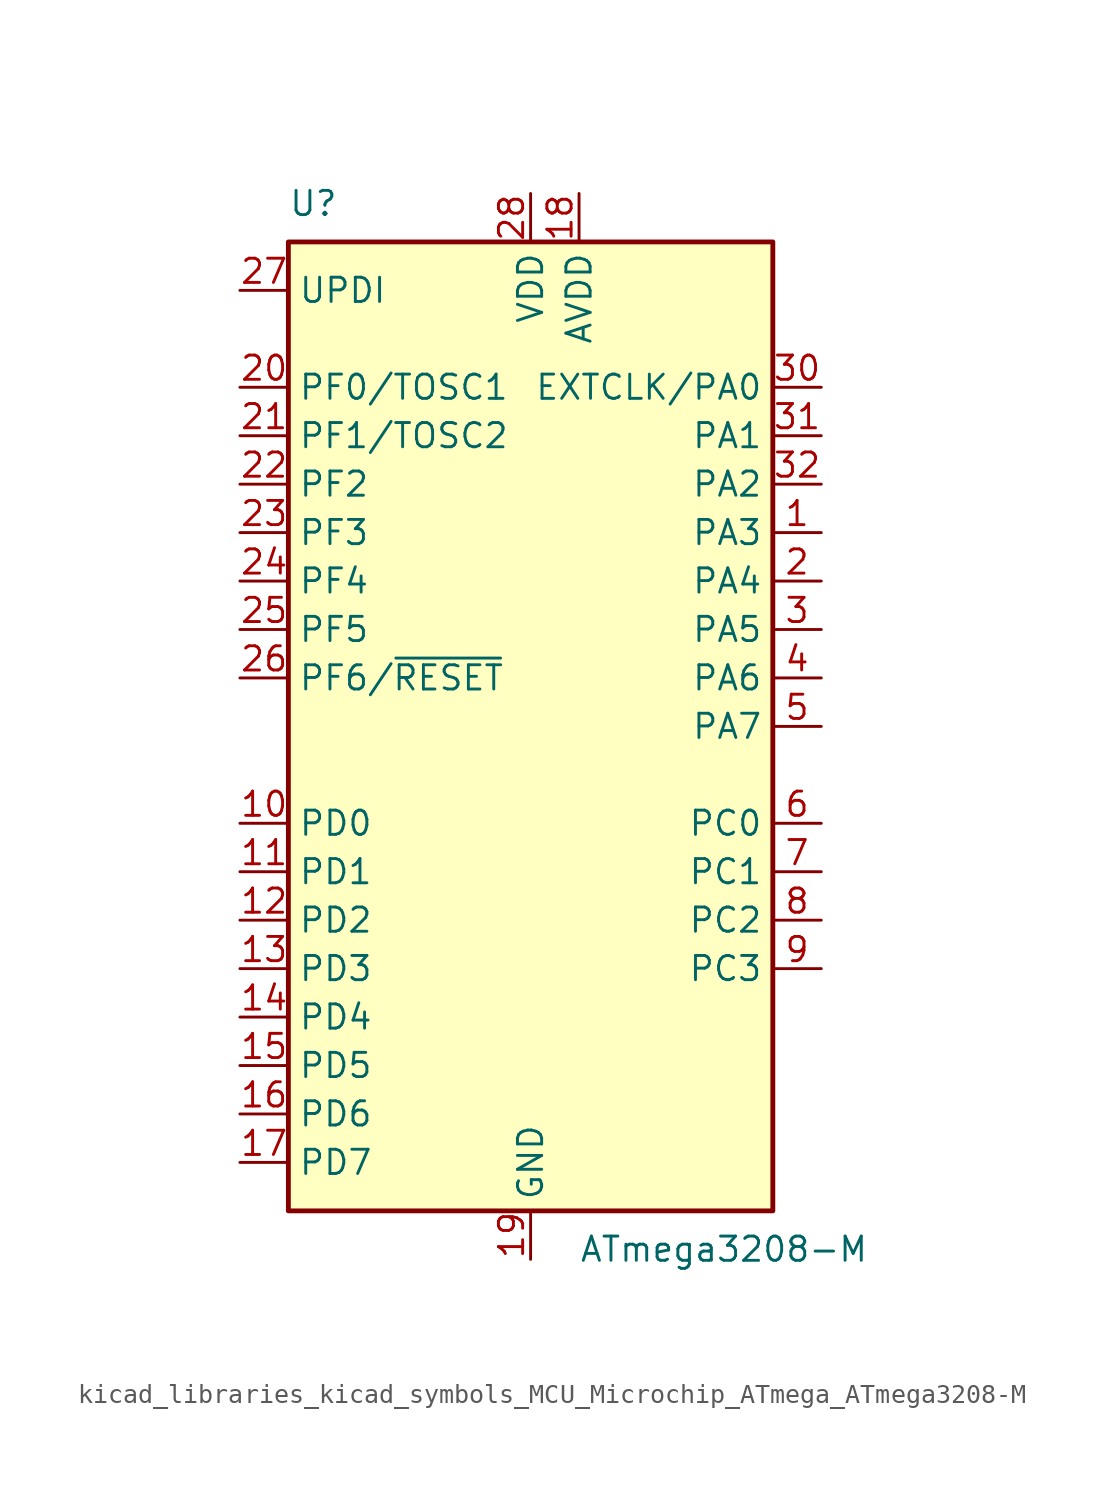
<source format=kicad_sym>
(kicad_symbol_lib
  (version 20220914)
  (generator kicad_symbol_editor)
  (symbol "kicad_libraries_kicad_symbols_MCU_Microchip_ATmega_ATmega3208-M"
    (property "Reference" "U"
      (at -12.7 26.67 0)
      (effects (font (size 1.27 1.27)) (justify left bottom)))
    (property "Value" "ATmega3208-M"
      (at 2.54 -26.67 0)
      (effects (font (size 1.27 1.27)) (justify left top)))
    (symbol "kicad_libraries_kicad_symbols_MCU_Microchip_ATmega_ATmega3208-M_0_1"
      (rectangle (start -12.7 -25.4) (end 12.7 25.4) (stroke (width 0.254) (type default)) (fill (type background))))
    (symbol "kicad_libraries_kicad_symbols_MCU_Microchip_ATmega_ATmega3208-M_1_1"
      (pin bidirectional line (at 15.24 10.16 180) (length 2.54) (name "PA3" (effects (font (size 1.27 1.27)))) (number "1" (effects (font (size 1.27 1.27)))))
      (pin bidirectional line (at -15.24 -5.08 0) (length 2.54) (name "PD0" (effects (font (size 1.27 1.27)))) (number "10" (effects (font (size 1.27 1.27)))))
      (pin bidirectional line (at -15.24 -7.62 0) (length 2.54) (name "PD1" (effects (font (size 1.27 1.27)))) (number "11" (effects (font (size 1.27 1.27)))))
      (pin bidirectional line (at -15.24 -10.16 0) (length 2.54) (name "PD2" (effects (font (size 1.27 1.27)))) (number "12" (effects (font (size 1.27 1.27)))))
      (pin bidirectional line (at -15.24 -12.7 0) (length 2.54) (name "PD3" (effects (font (size 1.27 1.27)))) (number "13" (effects (font (size 1.27 1.27)))))
      (pin bidirectional line (at -15.24 -15.24 0) (length 2.54) (name "PD4" (effects (font (size 1.27 1.27)))) (number "14" (effects (font (size 1.27 1.27)))))
      (pin bidirectional line (at -15.24 -17.78 0) (length 2.54) (name "PD5" (effects (font (size 1.27 1.27)))) (number "15" (effects (font (size 1.27 1.27)))))
      (pin bidirectional line (at -15.24 -20.32 0) (length 2.54) (name "PD6" (effects (font (size 1.27 1.27)))) (number "16" (effects (font (size 1.27 1.27)))))
      (pin bidirectional line (at -15.24 -22.86 0) (length 2.54) (name "PD7" (effects (font (size 1.27 1.27)))) (number "17" (effects (font (size 1.27 1.27)))))
      (pin power_in line (at 2.54 27.94 270) (length 2.54) (name "AVDD" (effects (font (size 1.27 1.27)))) (number "18" (effects (font (size 1.27 1.27)))))
      (pin power_in line (at 0 -27.94 90) (length 2.54) (name "GND" (effects (font (size 1.27 1.27)))) (number "19" (effects (font (size 1.27 1.27)))))
      (pin bidirectional line (at 15.24 7.62 180) (length 2.54) (name "PA4" (effects (font (size 1.27 1.27)))) (number "2" (effects (font (size 1.27 1.27)))))
      (pin bidirectional line (at -15.24 17.78 0) (length 2.54) (name "PF0/TOSC1" (effects (font (size 1.27 1.27)))) (number "20" (effects (font (size 1.27 1.27)))))
      (pin bidirectional line (at -15.24 15.24 0) (length 2.54) (name "PF1/TOSC2" (effects (font (size 1.27 1.27)))) (number "21" (effects (font (size 1.27 1.27)))))
      (pin bidirectional line (at -15.24 12.7 0) (length 2.54) (name "PF2" (effects (font (size 1.27 1.27)))) (number "22" (effects (font (size 1.27 1.27)))))
      (pin bidirectional line (at -15.24 10.16 0) (length 2.54) (name "PF3" (effects (font (size 1.27 1.27)))) (number "23" (effects (font (size 1.27 1.27)))))
      (pin bidirectional line (at -15.24 7.62 0) (length 2.54) (name "PF4" (effects (font (size 1.27 1.27)))) (number "24" (effects (font (size 1.27 1.27)))))
      (pin bidirectional line (at -15.24 5.08 0) (length 2.54) (name "PF5" (effects (font (size 1.27 1.27)))) (number "25" (effects (font (size 1.27 1.27)))))
      (pin bidirectional line (at -15.24 2.54 0) (length 2.54) (name "PF6/~{RESET}" (effects (font (size 1.27 1.27)))) (number "26" (effects (font (size 1.27 1.27)))))
      (pin bidirectional line (at -15.24 22.86 0) (length 2.54) (name "UPDI" (effects (font (size 1.27 1.27)))) (number "27" (effects (font (size 1.27 1.27)))))
      (pin power_in line (at 0 27.94 270) (length 2.54) (name "VDD" (effects (font (size 1.27 1.27)))) (number "28" (effects (font (size 1.27 1.27)))))
      (pin passive line (at 0 -27.94 90) (length 2.54) hide (name "GND" (effects (font (size 1.27 1.27)))) (number "29" (effects (font (size 1.27 1.27)))))
      (pin bidirectional line (at 15.24 5.08 180) (length 2.54) (name "PA5" (effects (font (size 1.27 1.27)))) (number "3" (effects (font (size 1.27 1.27)))))
      (pin bidirectional line (at 15.24 17.78 180) (length 2.54) (name "EXTCLK/PA0" (effects (font (size 1.27 1.27)))) (number "30" (effects (font (size 1.27 1.27)))))
      (pin bidirectional line (at 15.24 15.24 180) (length 2.54) (name "PA1" (effects (font (size 1.27 1.27)))) (number "31" (effects (font (size 1.27 1.27)))))
      (pin bidirectional line (at 15.24 12.7 180) (length 2.54) (name "PA2" (effects (font (size 1.27 1.27)))) (number "32" (effects (font (size 1.27 1.27)))))
      (pin passive line (at 0 -27.94 90) (length 2.54) hide (name "GND" (effects (font (size 1.27 1.27)))) (number "33" (effects (font (size 1.27 1.27)))))
      (pin bidirectional line (at 15.24 2.54 180) (length 2.54) (name "PA6" (effects (font (size 1.27 1.27)))) (number "4" (effects (font (size 1.27 1.27)))))
      (pin bidirectional line (at 15.24 0 180) (length 2.54) (name "PA7" (effects (font (size 1.27 1.27)))) (number "5" (effects (font (size 1.27 1.27)))))
      (pin bidirectional line (at 15.24 -5.08 180) (length 2.54) (name "PC0" (effects (font (size 1.27 1.27)))) (number "6" (effects (font (size 1.27 1.27)))))
      (pin bidirectional line (at 15.24 -7.62 180) (length 2.54) (name "PC1" (effects (font (size 1.27 1.27)))) (number "7" (effects (font (size 1.27 1.27)))))
      (pin bidirectional line (at 15.24 -10.16 180) (length 2.54) (name "PC2" (effects (font (size 1.27 1.27)))) (number "8" (effects (font (size 1.27 1.27)))))
      (pin bidirectional line (at 15.24 -12.7 180) (length 2.54) (name "PC3" (effects (font (size 1.27 1.27)))) (number "9" (effects (font (size 1.27 1.27))))))))
</source>
